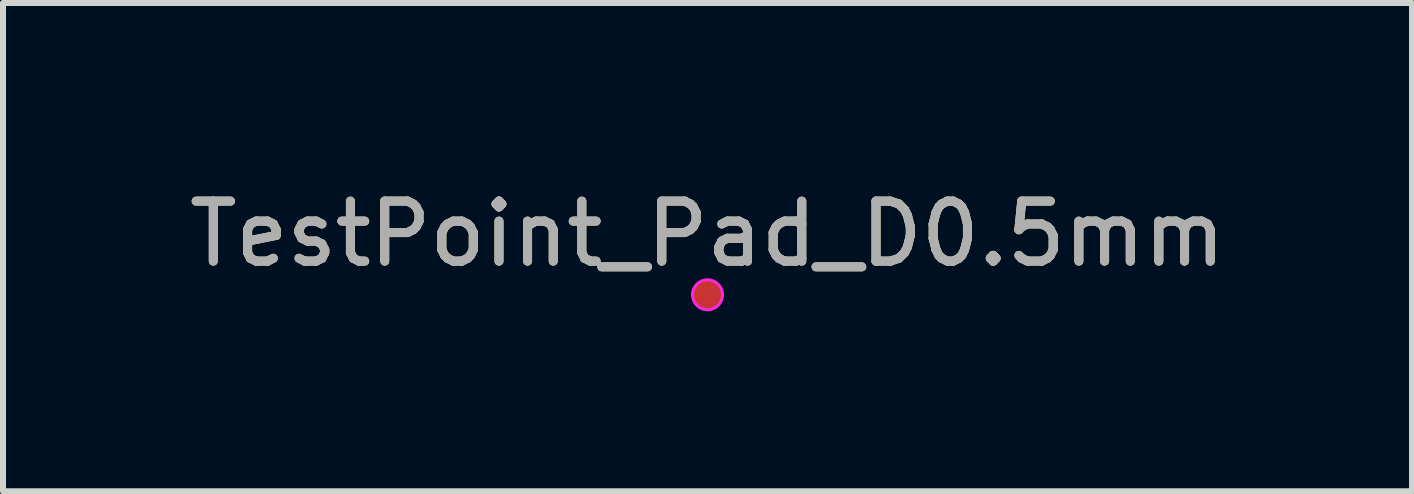
<source format=kicad_pcb>
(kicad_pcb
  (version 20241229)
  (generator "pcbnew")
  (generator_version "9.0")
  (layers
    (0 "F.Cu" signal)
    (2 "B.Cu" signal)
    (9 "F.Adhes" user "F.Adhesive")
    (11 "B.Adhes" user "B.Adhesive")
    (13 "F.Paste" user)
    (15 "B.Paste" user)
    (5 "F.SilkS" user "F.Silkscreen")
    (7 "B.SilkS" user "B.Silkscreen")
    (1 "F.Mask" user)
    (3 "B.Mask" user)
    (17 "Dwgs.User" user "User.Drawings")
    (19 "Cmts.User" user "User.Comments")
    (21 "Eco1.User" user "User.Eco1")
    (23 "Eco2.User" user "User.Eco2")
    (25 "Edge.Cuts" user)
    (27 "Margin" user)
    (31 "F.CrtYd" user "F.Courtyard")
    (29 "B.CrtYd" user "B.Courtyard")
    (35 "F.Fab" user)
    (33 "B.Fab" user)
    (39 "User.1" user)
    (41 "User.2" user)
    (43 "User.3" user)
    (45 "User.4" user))
  (footprint "TestPoint_Pad_D0.5mm"
    (layer "F.Cu")
    (at 8.744 1.864)
    (property "Reference" "TestPoint_Pad_D0.5mm" (at 0 -1.016 0) (layer "F.SilkS") (effects (font (size 1 1) (thickness 0.15))))
    (attr exclude_from_pos_files exclude_from_bom)
    (fp_circle (center 0 0) (end 0.25 0) (stroke (width 0.05) (type solid)) (fill no) (layer "F.CrtYd"))
    (fp_text user "${REFERENCE}" (at 0 -1.016 0) (layer "F.Fab") (effects (font (size 1 1) (thickness 0.15))))
    (pad "1" smd circle (at 0 0) (size 0.5 0.5) (property pad_prop_testpoint) (layers "F.Cu" "F.Mask")))
  (gr_rect
    (start -3 -3)
    (end 20.488 5.139)
    (stroke (width 0.1) (type default))
    (fill no)
    (layer "Edge.Cuts")))
</source>
